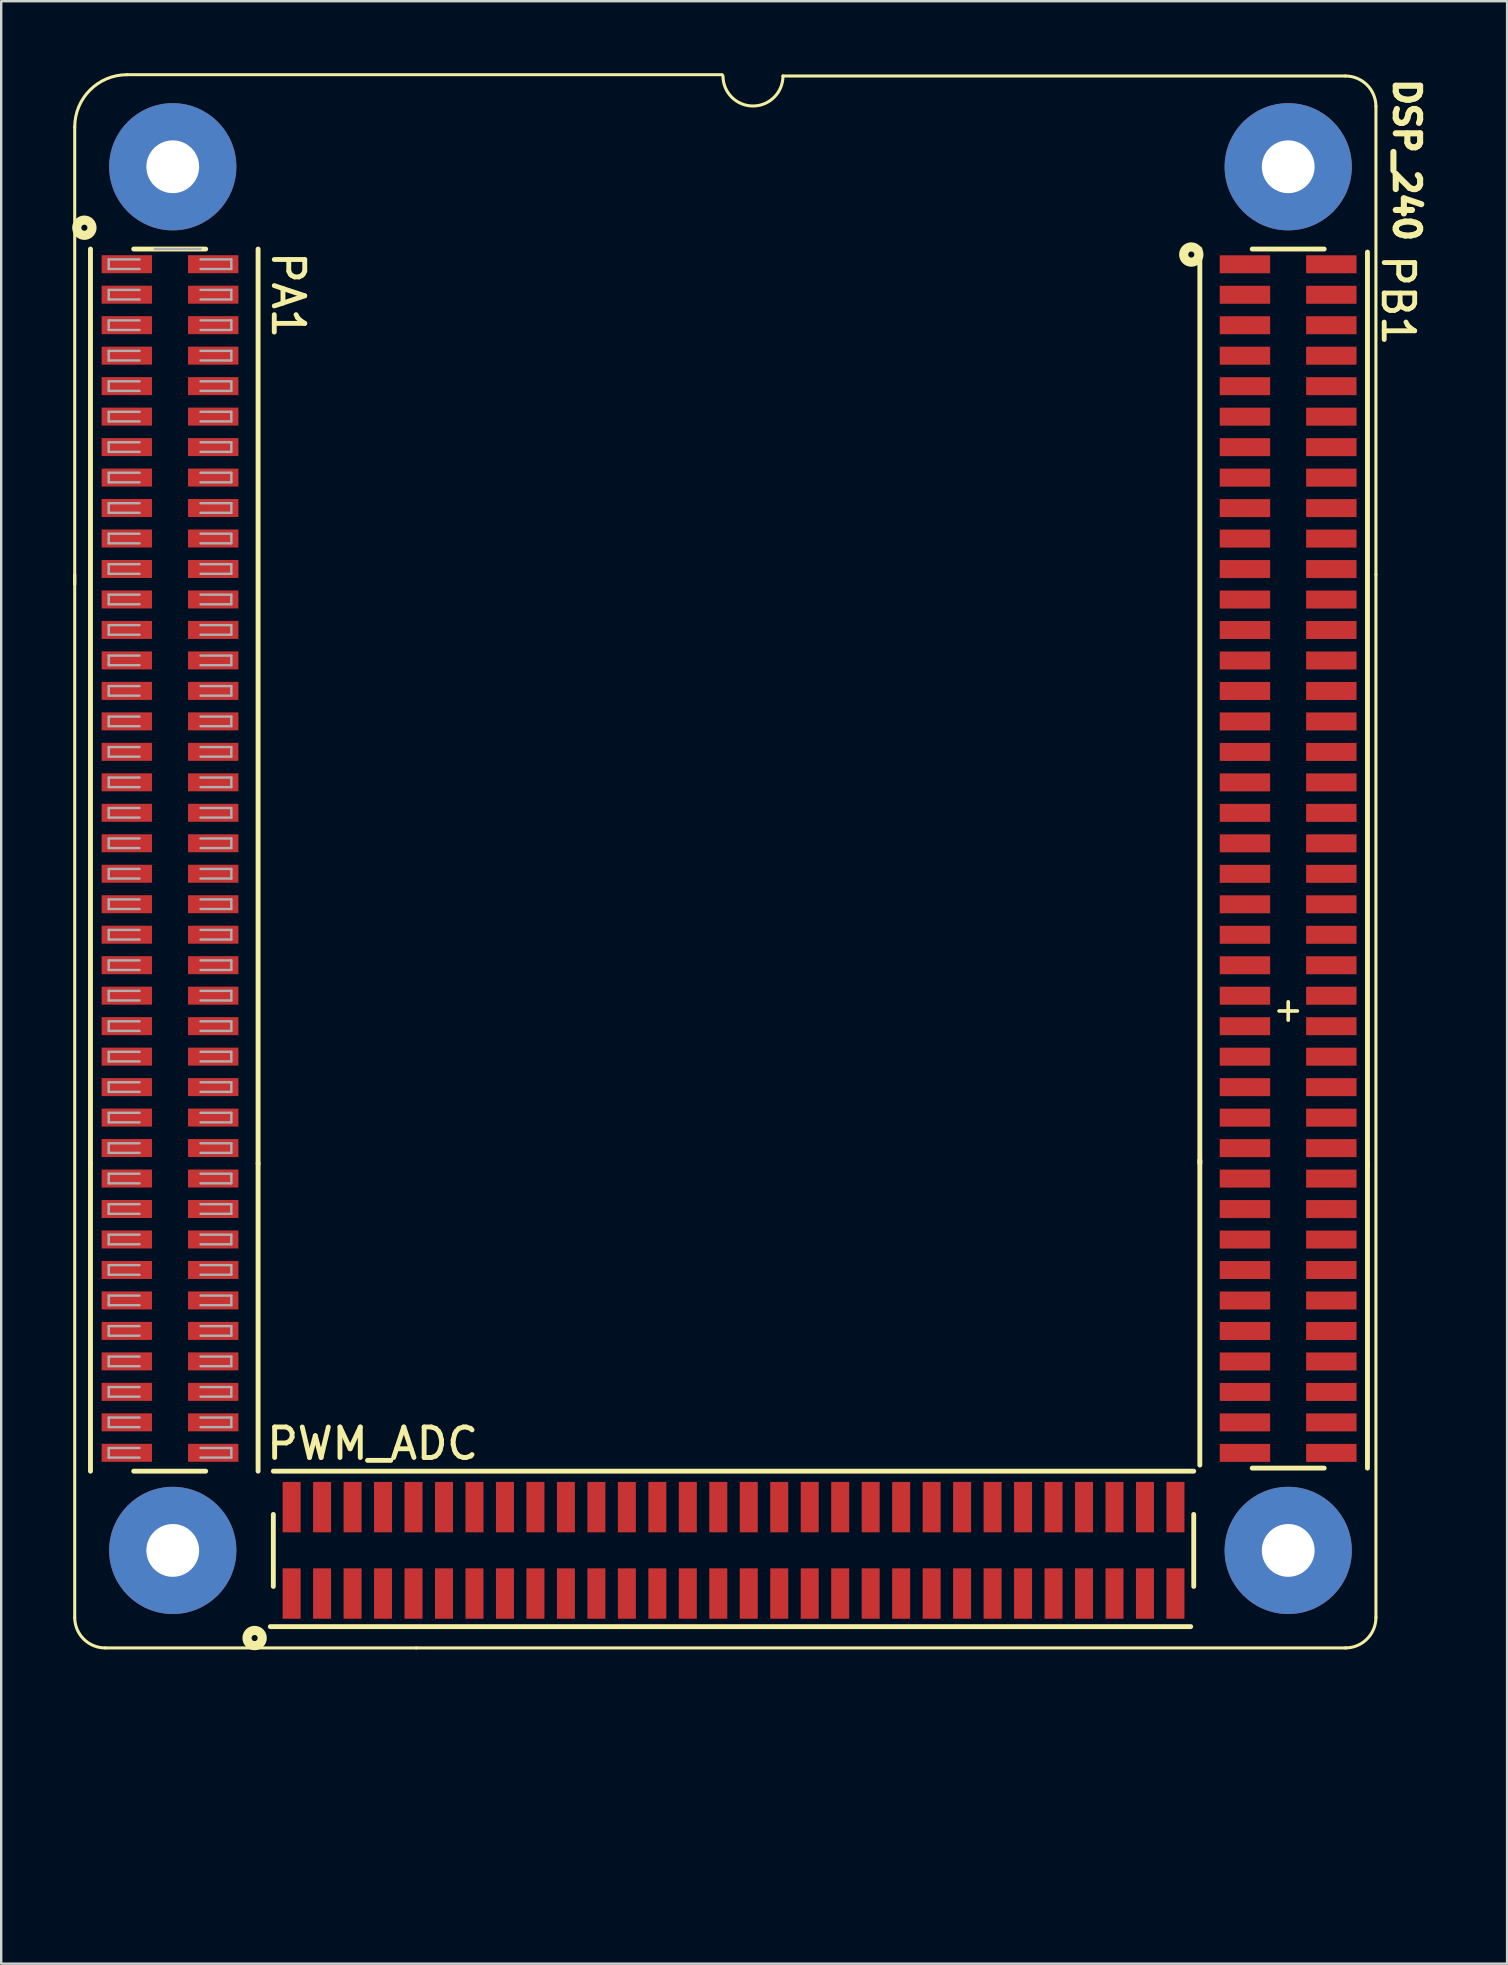
<source format=kicad_pcb>
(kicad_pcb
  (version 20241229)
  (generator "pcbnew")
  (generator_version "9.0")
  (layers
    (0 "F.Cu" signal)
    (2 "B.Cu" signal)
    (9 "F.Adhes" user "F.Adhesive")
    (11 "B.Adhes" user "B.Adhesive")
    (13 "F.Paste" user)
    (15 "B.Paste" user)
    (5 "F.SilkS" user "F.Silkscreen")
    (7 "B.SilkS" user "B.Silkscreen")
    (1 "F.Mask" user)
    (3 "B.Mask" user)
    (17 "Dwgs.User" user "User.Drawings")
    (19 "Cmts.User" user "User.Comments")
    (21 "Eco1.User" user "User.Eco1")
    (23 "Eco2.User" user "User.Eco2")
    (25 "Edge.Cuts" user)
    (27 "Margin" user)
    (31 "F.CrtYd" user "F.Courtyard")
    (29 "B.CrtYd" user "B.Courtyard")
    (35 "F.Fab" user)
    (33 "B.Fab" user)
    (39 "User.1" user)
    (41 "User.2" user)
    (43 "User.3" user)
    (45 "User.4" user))
  (footprint "DSP_240"
    (layer "F.Cu")
    (at 9.229 75.527)
    (property "Reference" "DSP_240" (at 45.745 -75.413 270) (unlocked yes) (layer "F.SilkS") (effects (font (size 1.016 1.016) (thickness 0.254)) (justify left bottom)))
    (fp_line (start -9.165 -73.287) (end -9.165 -54.229) (stroke (width 0.127) (type solid)) (layer "F.SilkS"))
    (fp_line (start -9.165 -54.638) (end -9.165 -11.176) (stroke (width 0.127) (type solid)) (layer "F.SilkS"))
    (fp_line (start -8.509 -68.199) (end -8.509 -30.099) (stroke (width 0.203) (type solid)) (layer "F.SilkS"))
    (fp_line (start -8.509 -30.099) (end -8.509 -17.272) (stroke (width 0.203) (type solid)) (layer "F.SilkS"))
    (fp_line (start -7.895 -9.906) (end 5.063 -9.906) (stroke (width 0.127) (type solid)) (layer "F.SilkS"))
    (fp_line (start -6.988 -75.464) (end 17.817 -75.464) (stroke (width 0.127) (type solid)) (layer "F.SilkS"))
    (fp_line (start -6.707 -68.199) (end -3.707 -68.199) (stroke (width 0.203) (type solid)) (layer "F.SilkS"))
    (fp_line (start -6.707 -17.272) (end -3.707 -17.272) (stroke (width 0.203) (type solid)) (layer "F.SilkS"))
    (fp_line (start -1.524 -68.199) (end -1.524 -30.099) (stroke (width 0.203) (type solid)) (layer "F.SilkS"))
    (fp_line (start -1.524 -30.099) (end -1.524 -17.272) (stroke (width 0.203) (type solid)) (layer "F.SilkS"))
    (fp_line (start -1.016 -10.795) (end 37.338 -10.795) (stroke (width 0.203) (type solid)) (layer "F.SilkS"))
    (fp_line (start -0.889 -17.272) (end 37.465 -17.272) (stroke (width 0.203) (type solid)) (layer "F.SilkS"))
    (fp_line (start -0.889 -15.47) (end -0.889 -12.47) (stroke (width 0.203) (type solid)) (layer "F.SilkS"))
    (fp_line (start 5.063 -9.906) (end 43.815 -9.906) (stroke (width 0.127) (type solid)) (layer "F.SilkS"))
    (fp_line (start 20.348 -75.41) (end 43.787 -75.41) (stroke (width 0.127) (type solid)) (layer "F.SilkS"))
    (fp_line (start 37.465 -15.47) (end 37.465 -12.47) (stroke (width 0.203) (type solid)) (layer "F.SilkS"))
    (fp_line (start 37.719 -68.199) (end 37.719 -30.099) (stroke (width 0.203) (type solid)) (layer "F.SilkS"))
    (fp_line (start 37.719 -30.226) (end 37.719 -17.526) (stroke (width 0.203) (type solid)) (layer "F.SilkS"))
    (fp_line (start 39.902 -68.199) (end 42.902 -68.199) (stroke (width 0.203) (type solid)) (layer "F.SilkS"))
    (fp_line (start 39.902 -17.399) (end 42.902 -17.399) (stroke (width 0.203) (type solid)) (layer "F.SilkS"))
    (fp_line (start 41.021 -36.449) (end 41.783 -36.449) (stroke (width 0.152) (type solid)) (layer "F.SilkS"))
    (fp_line (start 41.402 -36.83) (end 41.402 -36.449) (stroke (width 0.152) (type solid)) (layer "F.SilkS"))
    (fp_line (start 41.402 -36.449) (end 41.402 -36.068) (stroke (width 0.152) (type solid)) (layer "F.SilkS"))
    (fp_line (start 44.704 -68.072) (end 44.704 -29.972) (stroke (width 0.203) (type solid)) (layer "F.SilkS"))
    (fp_line (start 44.704 -30.099) (end 44.704 -17.399) (stroke (width 0.203) (type solid)) (layer "F.SilkS"))
    (fp_line (start 45.057 -74.14) (end 45.057 -54.638) (stroke (width 0.127) (type solid)) (layer "F.SilkS"))
    (fp_line (start 45.057 -54.638) (end 45.057 -11.176) (stroke (width 0.127) (type solid)) (layer "F.SilkS"))
    (fp_arc (start -9.165 -73.28661) (mid -8.52733 -74.82608) (end -6.98786 -75.46375) (stroke (width 0.127) (type solid)) (layer "F.SilkS"))
    (fp_arc (start -7.895 -9.906) (mid -8.793026 -10.277974) (end -9.165 -11.176) (stroke (width 0.127) (type solid)) (layer "F.SilkS"))
    (fp_arc (start 20.348 -75.41) (mid 19.098 -74.16) (end 17.848 -75.41) (stroke (width 0.127) (type solid)) (layer "F.SilkS"))
    (fp_arc (start 43.787 -75.41) (mid 44.685026 -75.038026) (end 45.057 -74.14) (stroke (width 0.127) (type solid)) (layer "F.SilkS"))
    (fp_arc (start 45.057 -11.176) (mid 44.685026 -10.277974) (end 43.787 -9.906) (stroke (width 0.127) (type solid)) (layer "F.SilkS"))
    (fp_circle (center -8.763 -69.088) (end -8.636 -69.088) (stroke (width 0.381) (type solid)) (fill no) (layer "F.SilkS"))
    (fp_circle (center -1.669 -10.319) (end -1.542 -10.319) (stroke (width 0.381) (type solid)) (fill no) (layer "F.SilkS"))
    (fp_circle (center 37.363 -67.97) (end 37.49 -67.97) (stroke (width 0.381) (type solid)) (fill no) (layer "F.SilkS"))
    (fp_line (start -7.749 -67.767) (end -7.749 -67.367) (stroke (width 0.1) (type solid)) (layer "F.Fab"))
    (fp_line (start -7.749 -67.367) (end -6.464 -67.367) (stroke (width 0.1) (type solid)) (layer "F.Fab"))
    (fp_line (start -7.749 -66.497) (end -7.749 -66.097) (stroke (width 0.1) (type solid)) (layer "F.Fab"))
    (fp_line (start -7.749 -66.097) (end -6.464 -66.097) (stroke (width 0.1) (type solid)) (layer "F.Fab"))
    (fp_line (start -7.749 -65.227) (end -7.749 -64.827) (stroke (width 0.1) (type solid)) (layer "F.Fab"))
    (fp_line (start -7.749 -64.827) (end -6.464 -64.827) (stroke (width 0.1) (type solid)) (layer "F.Fab"))
    (fp_line (start -7.749 -63.957) (end -7.749 -63.557) (stroke (width 0.1) (type solid)) (layer "F.Fab"))
    (fp_line (start -7.749 -63.557) (end -6.464 -63.557) (stroke (width 0.1) (type solid)) (layer "F.Fab"))
    (fp_line (start -7.749 -62.687) (end -7.749 -62.287) (stroke (width 0.1) (type solid)) (layer "F.Fab"))
    (fp_line (start -7.749 -62.287) (end -6.464 -62.287) (stroke (width 0.1) (type solid)) (layer "F.Fab"))
    (fp_line (start -7.749 -61.417) (end -7.749 -61.017) (stroke (width 0.1) (type solid)) (layer "F.Fab"))
    (fp_line (start -7.749 -61.017) (end -6.464 -61.017) (stroke (width 0.1) (type solid)) (layer "F.Fab"))
    (fp_line (start -7.749 -60.147) (end -7.749 -59.747) (stroke (width 0.1) (type solid)) (layer "F.Fab"))
    (fp_line (start -7.749 -59.747) (end -6.464 -59.747) (stroke (width 0.1) (type solid)) (layer "F.Fab"))
    (fp_line (start -7.749 -58.877) (end -7.749 -58.477) (stroke (width 0.1) (type solid)) (layer "F.Fab"))
    (fp_line (start -7.749 -58.477) (end -6.464 -58.477) (stroke (width 0.1) (type solid)) (layer "F.Fab"))
    (fp_line (start -7.749 -57.607) (end -7.749 -57.207) (stroke (width 0.1) (type solid)) (layer "F.Fab"))
    (fp_line (start -7.749 -57.207) (end -6.464 -57.207) (stroke (width 0.1) (type solid)) (layer "F.Fab"))
    (fp_line (start -7.749 -56.337) (end -7.749 -55.937) (stroke (width 0.1) (type solid)) (layer "F.Fab"))
    (fp_line (start -7.749 -55.937) (end -6.464 -55.937) (stroke (width 0.1) (type solid)) (layer "F.Fab"))
    (fp_line (start -7.749 -55.067) (end -7.749 -54.667) (stroke (width 0.1) (type solid)) (layer "F.Fab"))
    (fp_line (start -7.749 -54.667) (end -6.464 -54.667) (stroke (width 0.1) (type solid)) (layer "F.Fab"))
    (fp_line (start -7.749 -53.797) (end -7.749 -53.397) (stroke (width 0.1) (type solid)) (layer "F.Fab"))
    (fp_line (start -7.749 -53.397) (end -6.464 -53.397) (stroke (width 0.1) (type solid)) (layer "F.Fab"))
    (fp_line (start -7.749 -52.527) (end -7.749 -52.127) (stroke (width 0.1) (type solid)) (layer "F.Fab"))
    (fp_line (start -7.749 -52.127) (end -6.464 -52.127) (stroke (width 0.1) (type solid)) (layer "F.Fab"))
    (fp_line (start -7.749 -51.257) (end -7.749 -50.857) (stroke (width 0.1) (type solid)) (layer "F.Fab"))
    (fp_line (start -7.749 -50.857) (end -6.464 -50.857) (stroke (width 0.1) (type solid)) (layer "F.Fab"))
    (fp_line (start -7.749 -49.987) (end -7.749 -49.587) (stroke (width 0.1) (type solid)) (layer "F.Fab"))
    (fp_line (start -7.749 -49.587) (end -6.464 -49.587) (stroke (width 0.1) (type solid)) (layer "F.Fab"))
    (fp_line (start -7.749 -48.717) (end -7.749 -48.317) (stroke (width 0.1) (type solid)) (layer "F.Fab"))
    (fp_line (start -7.749 -48.317) (end -6.464 -48.317) (stroke (width 0.1) (type solid)) (layer "F.Fab"))
    (fp_line (start -7.749 -47.447) (end -7.749 -47.047) (stroke (width 0.1) (type solid)) (layer "F.Fab"))
    (fp_line (start -7.749 -47.047) (end -6.464 -47.047) (stroke (width 0.1) (type solid)) (layer "F.Fab"))
    (fp_line (start -7.749 -46.177) (end -7.749 -45.777) (stroke (width 0.1) (type solid)) (layer "F.Fab"))
    (fp_line (start -7.749 -45.777) (end -6.464 -45.777) (stroke (width 0.1) (type solid)) (layer "F.Fab"))
    (fp_line (start -7.749 -44.907) (end -7.749 -44.507) (stroke (width 0.1) (type solid)) (layer "F.Fab"))
    (fp_line (start -7.749 -44.507) (end -6.464 -44.507) (stroke (width 0.1) (type solid)) (layer "F.Fab"))
    (fp_line (start -7.749 -43.637) (end -7.749 -43.237) (stroke (width 0.1) (type solid)) (layer "F.Fab"))
    (fp_line (start -7.749 -43.237) (end -6.464 -43.237) (stroke (width 0.1) (type solid)) (layer "F.Fab"))
    (fp_line (start -7.749 -42.367) (end -7.749 -41.967) (stroke (width 0.1) (type solid)) (layer "F.Fab"))
    (fp_line (start -7.749 -41.967) (end -6.464 -41.967) (stroke (width 0.1) (type solid)) (layer "F.Fab"))
    (fp_line (start -7.749 -41.097) (end -7.749 -40.697) (stroke (width 0.1) (type solid)) (layer "F.Fab"))
    (fp_line (start -7.749 -40.697) (end -6.464 -40.697) (stroke (width 0.1) (type solid)) (layer "F.Fab"))
    (fp_line (start -7.749 -39.827) (end -7.749 -39.427) (stroke (width 0.1) (type solid)) (layer "F.Fab"))
    (fp_line (start -7.749 -39.427) (end -6.464 -39.427) (stroke (width 0.1) (type solid)) (layer "F.Fab"))
    (fp_line (start -7.749 -38.557) (end -7.749 -38.157) (stroke (width 0.1) (type solid)) (layer "F.Fab"))
    (fp_line (start -7.749 -38.157) (end -6.464 -38.157) (stroke (width 0.1) (type solid)) (layer "F.Fab"))
    (fp_line (start -7.749 -37.287) (end -7.749 -36.887) (stroke (width 0.1) (type solid)) (layer "F.Fab"))
    (fp_line (start -7.749 -36.887) (end -6.464 -36.887) (stroke (width 0.1) (type solid)) (layer "F.Fab"))
    (fp_line (start -7.749 -36.017) (end -7.749 -35.617) (stroke (width 0.1) (type solid)) (layer "F.Fab"))
    (fp_line (start -7.749 -35.617) (end -6.464 -35.617) (stroke (width 0.1) (type solid)) (layer "F.Fab"))
    (fp_line (start -7.749 -34.747) (end -7.749 -34.347) (stroke (width 0.1) (type solid)) (layer "F.Fab"))
    (fp_line (start -7.749 -34.347) (end -6.464 -34.347) (stroke (width 0.1) (type solid)) (layer "F.Fab"))
    (fp_line (start -7.749 -33.477) (end -7.749 -33.077) (stroke (width 0.1) (type solid)) (layer "F.Fab"))
    (fp_line (start -7.749 -33.077) (end -6.464 -33.077) (stroke (width 0.1) (type solid)) (layer "F.Fab"))
    (fp_line (start -7.749 -32.207) (end -7.749 -31.807) (stroke (width 0.1) (type solid)) (layer "F.Fab"))
    (fp_line (start -7.749 -31.807) (end -6.464 -31.807) (stroke (width 0.1) (type solid)) (layer "F.Fab"))
    (fp_line (start -7.749 -30.937) (end -7.749 -30.537) (stroke (width 0.1) (type solid)) (layer "F.Fab"))
    (fp_line (start -7.749 -30.537) (end -6.464 -30.537) (stroke (width 0.1) (type solid)) (layer "F.Fab"))
    (fp_line (start -7.749 -29.667) (end -7.749 -29.267) (stroke (width 0.1) (type solid)) (layer "F.Fab"))
    (fp_line (start -7.749 -29.267) (end -6.464 -29.267) (stroke (width 0.1) (type solid)) (layer "F.Fab"))
    (fp_line (start -7.749 -28.397) (end -7.749 -27.997) (stroke (width 0.1) (type solid)) (layer "F.Fab"))
    (fp_line (start -7.749 -27.997) (end -6.464 -27.997) (stroke (width 0.1) (type solid)) (layer "F.Fab"))
    (fp_line (start -7.749 -27.127) (end -7.749 -26.727) (stroke (width 0.1) (type solid)) (layer "F.Fab"))
    (fp_line (start -7.749 -26.727) (end -6.464 -26.727) (stroke (width 0.1) (type solid)) (layer "F.Fab"))
    (fp_line (start -7.749 -25.857) (end -7.749 -25.457) (stroke (width 0.1) (type solid)) (layer "F.Fab"))
    (fp_line (start -7.749 -25.457) (end -6.464 -25.457) (stroke (width 0.1) (type solid)) (layer "F.Fab"))
    (fp_line (start -7.749 -24.587) (end -7.749 -24.187) (stroke (width 0.1) (type solid)) (layer "F.Fab"))
    (fp_line (start -7.749 -24.187) (end -6.464 -24.187) (stroke (width 0.1) (type solid)) (layer "F.Fab"))
    (fp_line (start -7.749 -23.317) (end -7.749 -22.917) (stroke (width 0.1) (type solid)) (layer "F.Fab"))
    (fp_line (start -7.749 -22.917) (end -6.464 -22.917) (stroke (width 0.1) (type solid)) (layer "F.Fab"))
    (fp_line (start -7.749 -22.047) (end -7.749 -21.647) (stroke (width 0.1) (type solid)) (layer "F.Fab"))
    (fp_line (start -7.749 -21.647) (end -6.464 -21.647) (stroke (width 0.1) (type solid)) (layer "F.Fab"))
    (fp_line (start -7.749 -20.777) (end -7.749 -20.377) (stroke (width 0.1) (type solid)) (layer "F.Fab"))
    (fp_line (start -7.749 -20.377) (end -6.464 -20.377) (stroke (width 0.1) (type solid)) (layer "F.Fab"))
    (fp_line (start -7.749 -19.507) (end -7.749 -19.107) (stroke (width 0.1) (type solid)) (layer "F.Fab"))
    (fp_line (start -7.749 -19.107) (end -6.464 -19.107) (stroke (width 0.1) (type solid)) (layer "F.Fab"))
    (fp_line (start -7.749 -18.237) (end -7.749 -17.837) (stroke (width 0.1) (type solid)) (layer "F.Fab"))
    (fp_line (start -7.749 -17.837) (end -6.464 -17.837) (stroke (width 0.1) (type solid)) (layer "F.Fab"))
    (fp_line (start -6.464 -67.767) (end -7.749 -67.767) (stroke (width 0.1) (type solid)) (layer "F.Fab"))
    (fp_line (start -6.464 -66.497) (end -7.749 -66.497) (stroke (width 0.1) (type solid)) (layer "F.Fab"))
    (fp_line (start -6.464 -65.227) (end -7.749 -65.227) (stroke (width 0.1) (type solid)) (layer "F.Fab"))
    (fp_line (start -6.464 -63.957) (end -7.749 -63.957) (stroke (width 0.1) (type solid)) (layer "F.Fab"))
    (fp_line (start -6.464 -62.687) (end -7.749 -62.687) (stroke (width 0.1) (type solid)) (layer "F.Fab"))
    (fp_line (start -6.464 -61.417) (end -7.749 -61.417) (stroke (width 0.1) (type solid)) (layer "F.Fab"))
    (fp_line (start -6.464 -60.147) (end -7.749 -60.147) (stroke (width 0.1) (type solid)) (layer "F.Fab"))
    (fp_line (start -6.464 -58.877) (end -7.749 -58.877) (stroke (width 0.1) (type solid)) (layer "F.Fab"))
    (fp_line (start -6.464 -57.607) (end -7.749 -57.607) (stroke (width 0.1) (type solid)) (layer "F.Fab"))
    (fp_line (start -6.464 -56.337) (end -7.749 -56.337) (stroke (width 0.1) (type solid)) (layer "F.Fab"))
    (fp_line (start -6.464 -55.067) (end -7.749 -55.067) (stroke (width 0.1) (type solid)) (layer "F.Fab"))
    (fp_line (start -6.464 -53.797) (end -7.749 -53.797) (stroke (width 0.1) (type solid)) (layer "F.Fab"))
    (fp_line (start -6.464 -52.527) (end -7.749 -52.527) (stroke (width 0.1) (type solid)) (layer "F.Fab"))
    (fp_line (start -6.464 -51.257) (end -7.749 -51.257) (stroke (width 0.1) (type solid)) (layer "F.Fab"))
    (fp_line (start -6.464 -49.987) (end -7.749 -49.987) (stroke (width 0.1) (type solid)) (layer "F.Fab"))
    (fp_line (start -6.464 -48.717) (end -7.749 -48.717) (stroke (width 0.1) (type solid)) (layer "F.Fab"))
    (fp_line (start -6.464 -47.447) (end -7.749 -47.447) (stroke (width 0.1) (type solid)) (layer "F.Fab"))
    (fp_line (start -6.464 -46.177) (end -7.749 -46.177) (stroke (width 0.1) (type solid)) (layer "F.Fab"))
    (fp_line (start -6.464 -44.907) (end -7.749 -44.907) (stroke (width 0.1) (type solid)) (layer "F.Fab"))
    (fp_line (start -6.464 -43.637) (end -7.749 -43.637) (stroke (width 0.1) (type solid)) (layer "F.Fab"))
    (fp_line (start -6.464 -42.367) (end -7.749 -42.367) (stroke (width 0.1) (type solid)) (layer "F.Fab"))
    (fp_line (start -6.464 -41.097) (end -7.749 -41.097) (stroke (width 0.1) (type solid)) (layer "F.Fab"))
    (fp_line (start -6.464 -39.827) (end -7.749 -39.827) (stroke (width 0.1) (type solid)) (layer "F.Fab"))
    (fp_line (start -6.464 -38.557) (end -7.749 -38.557) (stroke (width 0.1) (type solid)) (layer "F.Fab"))
    (fp_line (start -6.464 -37.287) (end -7.749 -37.287) (stroke (width 0.1) (type solid)) (layer "F.Fab"))
    (fp_line (start -6.464 -36.017) (end -7.749 -36.017) (stroke (width 0.1) (type solid)) (layer "F.Fab"))
    (fp_line (start -6.464 -34.747) (end -7.749 -34.747) (stroke (width 0.1) (type solid)) (layer "F.Fab"))
    (fp_line (start -6.464 -33.477) (end -7.749 -33.477) (stroke (width 0.1) (type solid)) (layer "F.Fab"))
    (fp_line (start -6.464 -32.207) (end -7.749 -32.207) (stroke (width 0.1) (type solid)) (layer "F.Fab"))
    (fp_line (start -6.464 -30.937) (end -7.749 -30.937) (stroke (width 0.1) (type solid)) (layer "F.Fab"))
    (fp_line (start -6.464 -29.667) (end -7.749 -29.667) (stroke (width 0.1) (type solid)) (layer "F.Fab"))
    (fp_line (start -6.464 -28.397) (end -7.749 -28.397) (stroke (width 0.1) (type solid)) (layer "F.Fab"))
    (fp_line (start -6.464 -27.127) (end -7.749 -27.127) (stroke (width 0.1) (type solid)) (layer "F.Fab"))
    (fp_line (start -6.464 -25.857) (end -7.749 -25.857) (stroke (width 0.1) (type solid)) (layer "F.Fab"))
    (fp_line (start -6.464 -24.587) (end -7.749 -24.587) (stroke (width 0.1) (type solid)) (layer "F.Fab"))
    (fp_line (start -6.464 -23.317) (end -7.749 -23.317) (stroke (width 0.1) (type solid)) (layer "F.Fab"))
    (fp_line (start -6.464 -22.047) (end -7.749 -22.047) (stroke (width 0.1) (type solid)) (layer "F.Fab"))
    (fp_line (start -6.464 -20.777) (end -7.749 -20.777) (stroke (width 0.1) (type solid)) (layer "F.Fab"))
    (fp_line (start -6.464 -19.507) (end -7.749 -19.507) (stroke (width 0.1) (type solid)) (layer "F.Fab"))
    (fp_line (start -6.464 -18.237) (end -7.749 -18.237) (stroke (width 0.1) (type solid)) (layer "F.Fab"))
    (fp_line (start -3.924 -68.202) (end -5.829 -68.202) (stroke (width 0.1) (type solid)) (layer "F.Fab"))
    (fp_line (start -3.924 -67.367) (end -2.639 -67.367) (stroke (width 0.1) (type solid)) (layer "F.Fab"))
    (fp_line (start -3.924 -66.097) (end -2.639 -66.097) (stroke (width 0.1) (type solid)) (layer "F.Fab"))
    (fp_line (start -3.924 -64.827) (end -2.639 -64.827) (stroke (width 0.1) (type solid)) (layer "F.Fab"))
    (fp_line (start -3.924 -63.557) (end -2.639 -63.557) (stroke (width 0.1) (type solid)) (layer "F.Fab"))
    (fp_line (start -3.924 -62.287) (end -2.639 -62.287) (stroke (width 0.1) (type solid)) (layer "F.Fab"))
    (fp_line (start -3.924 -61.017) (end -2.639 -61.017) (stroke (width 0.1) (type solid)) (layer "F.Fab"))
    (fp_line (start -3.924 -59.747) (end -2.639 -59.747) (stroke (width 0.1) (type solid)) (layer "F.Fab"))
    (fp_line (start -3.924 -58.477) (end -2.639 -58.477) (stroke (width 0.1) (type solid)) (layer "F.Fab"))
    (fp_line (start -3.924 -57.207) (end -2.639 -57.207) (stroke (width 0.1) (type solid)) (layer "F.Fab"))
    (fp_line (start -3.924 -55.937) (end -2.639 -55.937) (stroke (width 0.1) (type solid)) (layer "F.Fab"))
    (fp_line (start -3.924 -54.667) (end -2.639 -54.667) (stroke (width 0.1) (type solid)) (layer "F.Fab"))
    (fp_line (start -3.924 -53.397) (end -2.639 -53.397) (stroke (width 0.1) (type solid)) (layer "F.Fab"))
    (fp_line (start -3.924 -52.127) (end -2.639 -52.127) (stroke (width 0.1) (type solid)) (layer "F.Fab"))
    (fp_line (start -3.924 -50.857) (end -2.639 -50.857) (stroke (width 0.1) (type solid)) (layer "F.Fab"))
    (fp_line (start -3.924 -49.587) (end -2.639 -49.587) (stroke (width 0.1) (type solid)) (layer "F.Fab"))
    (fp_line (start -3.924 -48.317) (end -2.639 -48.317) (stroke (width 0.1) (type solid)) (layer "F.Fab"))
    (fp_line (start -3.924 -47.047) (end -2.639 -47.047) (stroke (width 0.1) (type solid)) (layer "F.Fab"))
    (fp_line (start -3.924 -45.777) (end -2.639 -45.777) (stroke (width 0.1) (type solid)) (layer "F.Fab"))
    (fp_line (start -3.924 -44.507) (end -2.639 -44.507) (stroke (width 0.1) (type solid)) (layer "F.Fab"))
    (fp_line (start -3.924 -43.237) (end -2.639 -43.237) (stroke (width 0.1) (type solid)) (layer "F.Fab"))
    (fp_line (start -3.924 -41.967) (end -2.639 -41.967) (stroke (width 0.1) (type solid)) (layer "F.Fab"))
    (fp_line (start -3.924 -40.697) (end -2.639 -40.697) (stroke (width 0.1) (type solid)) (layer "F.Fab"))
    (fp_line (start -3.924 -39.427) (end -2.639 -39.427) (stroke (width 0.1) (type solid)) (layer "F.Fab"))
    (fp_line (start -3.924 -38.157) (end -2.639 -38.157) (stroke (width 0.1) (type solid)) (layer "F.Fab"))
    (fp_line (start -3.924 -36.887) (end -2.639 -36.887) (stroke (width 0.1) (type solid)) (layer "F.Fab"))
    (fp_line (start -3.924 -35.617) (end -2.639 -35.617) (stroke (width 0.1) (type solid)) (layer "F.Fab"))
    (fp_line (start -3.924 -34.347) (end -2.639 -34.347) (stroke (width 0.1) (type solid)) (layer "F.Fab"))
    (fp_line (start -3.924 -33.077) (end -2.639 -33.077) (stroke (width 0.1) (type solid)) (layer "F.Fab"))
    (fp_line (start -3.924 -31.807) (end -2.639 -31.807) (stroke (width 0.1) (type solid)) (layer "F.Fab"))
    (fp_line (start -3.924 -30.537) (end -2.639 -30.537) (stroke (width 0.1) (type solid)) (layer "F.Fab"))
    (fp_line (start -3.924 -29.267) (end -2.639 -29.267) (stroke (width 0.1) (type solid)) (layer "F.Fab"))
    (fp_line (start -3.924 -27.997) (end -2.639 -27.997) (stroke (width 0.1) (type solid)) (layer "F.Fab"))
    (fp_line (start -3.924 -26.727) (end -2.639 -26.727) (stroke (width 0.1) (type solid)) (layer "F.Fab"))
    (fp_line (start -3.924 -25.457) (end -2.639 -25.457) (stroke (width 0.1) (type solid)) (layer "F.Fab"))
    (fp_line (start -3.924 -24.187) (end -2.639 -24.187) (stroke (width 0.1) (type solid)) (layer "F.Fab"))
    (fp_line (start -3.924 -22.917) (end -2.639 -22.917) (stroke (width 0.1) (type solid)) (layer "F.Fab"))
    (fp_line (start -3.924 -21.647) (end -2.639 -21.647) (stroke (width 0.1) (type solid)) (layer "F.Fab"))
    (fp_line (start -3.924 -20.377) (end -2.639 -20.377) (stroke (width 0.1) (type solid)) (layer "F.Fab"))
    (fp_line (start -3.924 -19.107) (end -2.639 -19.107) (stroke (width 0.1) (type solid)) (layer "F.Fab"))
    (fp_line (start -3.924 -17.837) (end -2.639 -17.837) (stroke (width 0.1) (type solid)) (layer "F.Fab"))
    (fp_line (start -2.639 -67.767) (end -3.924 -67.767) (stroke (width 0.1) (type solid)) (layer "F.Fab"))
    (fp_line (start -2.639 -67.367) (end -2.639 -67.767) (stroke (width 0.1) (type solid)) (layer "F.Fab"))
    (fp_line (start -2.639 -66.497) (end -3.924 -66.497) (stroke (width 0.1) (type solid)) (layer "F.Fab"))
    (fp_line (start -2.639 -66.097) (end -2.639 -66.497) (stroke (width 0.1) (type solid)) (layer "F.Fab"))
    (fp_line (start -2.639 -65.227) (end -3.924 -65.227) (stroke (width 0.1) (type solid)) (layer "F.Fab"))
    (fp_line (start -2.639 -64.827) (end -2.639 -65.227) (stroke (width 0.1) (type solid)) (layer "F.Fab"))
    (fp_line (start -2.639 -63.957) (end -3.924 -63.957) (stroke (width 0.1) (type solid)) (layer "F.Fab"))
    (fp_line (start -2.639 -63.557) (end -2.639 -63.957) (stroke (width 0.1) (type solid)) (layer "F.Fab"))
    (fp_line (start -2.639 -62.687) (end -3.924 -62.687) (stroke (width 0.1) (type solid)) (layer "F.Fab"))
    (fp_line (start -2.639 -62.287) (end -2.639 -62.687) (stroke (width 0.1) (type solid)) (layer "F.Fab"))
    (fp_line (start -2.639 -61.417) (end -3.924 -61.417) (stroke (width 0.1) (type solid)) (layer "F.Fab"))
    (fp_line (start -2.639 -61.017) (end -2.639 -61.417) (stroke (width 0.1) (type solid)) (layer "F.Fab"))
    (fp_line (start -2.639 -60.147) (end -3.924 -60.147) (stroke (width 0.1) (type solid)) (layer "F.Fab"))
    (fp_line (start -2.639 -59.747) (end -2.639 -60.147) (stroke (width 0.1) (type solid)) (layer "F.Fab"))
    (fp_line (start -2.639 -58.877) (end -3.924 -58.877) (stroke (width 0.1) (type solid)) (layer "F.Fab"))
    (fp_line (start -2.639 -58.477) (end -2.639 -58.877) (stroke (width 0.1) (type solid)) (layer "F.Fab"))
    (fp_line (start -2.639 -57.607) (end -3.924 -57.607) (stroke (width 0.1) (type solid)) (layer "F.Fab"))
    (fp_line (start -2.639 -57.207) (end -2.639 -57.607) (stroke (width 0.1) (type solid)) (layer "F.Fab"))
    (fp_line (start -2.639 -56.337) (end -3.924 -56.337) (stroke (width 0.1) (type solid)) (layer "F.Fab"))
    (fp_line (start -2.639 -55.937) (end -2.639 -56.337) (stroke (width 0.1) (type solid)) (layer "F.Fab"))
    (fp_line (start -2.639 -55.067) (end -3.924 -55.067) (stroke (width 0.1) (type solid)) (layer "F.Fab"))
    (fp_line (start -2.639 -54.667) (end -2.639 -55.067) (stroke (width 0.1) (type solid)) (layer "F.Fab"))
    (fp_line (start -2.639 -53.797) (end -3.924 -53.797) (stroke (width 0.1) (type solid)) (layer "F.Fab"))
    (fp_line (start -2.639 -53.397) (end -2.639 -53.797) (stroke (width 0.1) (type solid)) (layer "F.Fab"))
    (fp_line (start -2.639 -52.527) (end -3.924 -52.527) (stroke (width 0.1) (type solid)) (layer "F.Fab"))
    (fp_line (start -2.639 -52.127) (end -2.639 -52.527) (stroke (width 0.1) (type solid)) (layer "F.Fab"))
    (fp_line (start -2.639 -51.257) (end -3.924 -51.257) (stroke (width 0.1) (type solid)) (layer "F.Fab"))
    (fp_line (start -2.639 -50.857) (end -2.639 -51.257) (stroke (width 0.1) (type solid)) (layer "F.Fab"))
    (fp_line (start -2.639 -49.987) (end -3.924 -49.987) (stroke (width 0.1) (type solid)) (layer "F.Fab"))
    (fp_line (start -2.639 -49.587) (end -2.639 -49.987) (stroke (width 0.1) (type solid)) (layer "F.Fab"))
    (fp_line (start -2.639 -48.717) (end -3.924 -48.717) (stroke (width 0.1) (type solid)) (layer "F.Fab"))
    (fp_line (start -2.639 -48.317) (end -2.639 -48.717) (stroke (width 0.1) (type solid)) (layer "F.Fab"))
    (fp_line (start -2.639 -47.447) (end -3.924 -47.447) (stroke (width 0.1) (type solid)) (layer "F.Fab"))
    (fp_line (start -2.639 -47.047) (end -2.639 -47.447) (stroke (width 0.1) (type solid)) (layer "F.Fab"))
    (fp_line (start -2.639 -46.177) (end -3.924 -46.177) (stroke (width 0.1) (type solid)) (layer "F.Fab"))
    (fp_line (start -2.639 -45.777) (end -2.639 -46.177) (stroke (width 0.1) (type solid)) (layer "F.Fab"))
    (fp_line (start -2.639 -44.907) (end -3.924 -44.907) (stroke (width 0.1) (type solid)) (layer "F.Fab"))
    (fp_line (start -2.639 -44.507) (end -2.639 -44.907) (stroke (width 0.1) (type solid)) (layer "F.Fab"))
    (fp_line (start -2.639 -43.637) (end -3.924 -43.637) (stroke (width 0.1) (type solid)) (layer "F.Fab"))
    (fp_line (start -2.639 -43.237) (end -2.639 -43.637) (stroke (width 0.1) (type solid)) (layer "F.Fab"))
    (fp_line (start -2.639 -42.367) (end -3.924 -42.367) (stroke (width 0.1) (type solid)) (layer "F.Fab"))
    (fp_line (start -2.639 -41.967) (end -2.639 -42.367) (stroke (width 0.1) (type solid)) (layer "F.Fab"))
    (fp_line (start -2.639 -41.097) (end -3.924 -41.097) (stroke (width 0.1) (type solid)) (layer "F.Fab"))
    (fp_line (start -2.639 -40.697) (end -2.639 -41.097) (stroke (width 0.1) (type solid)) (layer "F.Fab"))
    (fp_line (start -2.639 -39.827) (end -3.924 -39.827) (stroke (width 0.1) (type solid)) (layer "F.Fab"))
    (fp_line (start -2.639 -39.427) (end -2.639 -39.827) (stroke (width 0.1) (type solid)) (layer "F.Fab"))
    (fp_line (start -2.639 -38.557) (end -3.924 -38.557) (stroke (width 0.1) (type solid)) (layer "F.Fab"))
    (fp_line (start -2.639 -38.157) (end -2.639 -38.557) (stroke (width 0.1) (type solid)) (layer "F.Fab"))
    (fp_line (start -2.639 -37.287) (end -3.924 -37.287) (stroke (width 0.1) (type solid)) (layer "F.Fab"))
    (fp_line (start -2.639 -36.887) (end -2.639 -37.287) (stroke (width 0.1) (type solid)) (layer "F.Fab"))
    (fp_line (start -2.639 -36.017) (end -3.924 -36.017) (stroke (width 0.1) (type solid)) (layer "F.Fab"))
    (fp_line (start -2.639 -35.617) (end -2.639 -36.017) (stroke (width 0.1) (type solid)) (layer "F.Fab"))
    (fp_line (start -2.639 -34.747) (end -3.924 -34.747) (stroke (width 0.1) (type solid)) (layer "F.Fab"))
    (fp_line (start -2.639 -34.347) (end -2.639 -34.747) (stroke (width 0.1) (type solid)) (layer "F.Fab"))
    (fp_line (start -2.639 -33.477) (end -3.924 -33.477) (stroke (width 0.1) (type solid)) (layer "F.Fab"))
    (fp_line (start -2.639 -33.077) (end -2.639 -33.477) (stroke (width 0.1) (type solid)) (layer "F.Fab"))
    (fp_line (start -2.639 -32.207) (end -3.924 -32.207) (stroke (width 0.1) (type solid)) (layer "F.Fab"))
    (fp_line (start -2.639 -31.807) (end -2.639 -32.207) (stroke (width 0.1) (type solid)) (layer "F.Fab"))
    (fp_line (start -2.639 -30.937) (end -3.924 -30.937) (stroke (width 0.1) (type solid)) (layer "F.Fab"))
    (fp_line (start -2.639 -30.537) (end -2.639 -30.937) (stroke (width 0.1) (type solid)) (layer "F.Fab"))
    (fp_line (start -2.639 -29.667) (end -3.924 -29.667) (stroke (width 0.1) (type solid)) (layer "F.Fab"))
    (fp_line (start -2.639 -29.267) (end -2.639 -29.667) (stroke (width 0.1) (type solid)) (layer "F.Fab"))
    (fp_line (start -2.639 -28.397) (end -3.924 -28.397) (stroke (width 0.1) (type solid)) (layer "F.Fab"))
    (fp_line (start -2.639 -27.997) (end -2.639 -28.397) (stroke (width 0.1) (type solid)) (layer "F.Fab"))
    (fp_line (start -2.639 -27.127) (end -3.924 -27.127) (stroke (width 0.1) (type solid)) (layer "F.Fab"))
    (fp_line (start -2.639 -26.727) (end -2.639 -27.127) (stroke (width 0.1) (type solid)) (layer "F.Fab"))
    (fp_line (start -2.639 -25.857) (end -3.924 -25.857) (stroke (width 0.1) (type solid)) (layer "F.Fab"))
    (fp_line (start -2.639 -25.457) (end -2.639 -25.857) (stroke (width 0.1) (type solid)) (layer "F.Fab"))
    (fp_line (start -2.639 -24.587) (end -3.924 -24.587) (stroke (width 0.1) (type solid)) (layer "F.Fab"))
    (fp_line (start -2.639 -24.187) (end -2.639 -24.587) (stroke (width 0.1) (type solid)) (layer "F.Fab"))
    (fp_line (start -2.639 -23.317) (end -3.924 -23.317) (stroke (width 0.1) (type solid)) (layer "F.Fab"))
    (fp_line (start -2.639 -22.917) (end -2.639 -23.317) (stroke (width 0.1) (type solid)) (layer "F.Fab"))
    (fp_line (start -2.639 -22.047) (end -3.924 -22.047) (stroke (width 0.1) (type solid)) (layer "F.Fab"))
    (fp_line (start -2.639 -21.647) (end -2.639 -22.047) (stroke (width 0.1) (type solid)) (layer "F.Fab"))
    (fp_line (start -2.639 -20.777) (end -3.924 -20.777) (stroke (width 0.1) (type solid)) (layer "F.Fab"))
    (fp_line (start -2.639 -20.377) (end -2.639 -20.777) (stroke (width 0.1) (type solid)) (layer "F.Fab"))
    (fp_line (start -2.639 -19.507) (end -3.924 -19.507) (stroke (width 0.1) (type solid)) (layer "F.Fab"))
    (fp_line (start -2.639 -19.107) (end -2.639 -19.507) (stroke (width 0.1) (type solid)) (layer "F.Fab"))
    (fp_line (start -2.639 -18.237) (end -3.924 -18.237) (stroke (width 0.1) (type solid)) (layer "F.Fab"))
    (fp_line (start -2.639 -17.837) (end -2.639 -18.237) (stroke (width 0.1) (type solid)) (layer "F.Fab"))
    (fp_text user "PB1" (at 45.236 -68.072 270) (unlocked yes) (layer "F.SilkS") (effects (font (size 1.27 1.27) (thickness 0.203)) (justify left bottom)))
    (fp_text user "PWM_ADC" (at -1.27 -17.677 0) (unlocked yes) (layer "F.SilkS") (effects (font (size 1.27 1.27) (thickness 0.203)) (justify left bottom)))
    (fp_text user "PA1" (at -1.016 -68.199 270) (unlocked yes) (layer "F.SilkS") (effects (font (size 1.27 1.27) (thickness 0.203)) (justify left bottom)))
    (pad "1" smd rect (at -6.994 -67.567) (size 2.1 0.75) (layers "F.Cu" "F.Mask" "F.Paste"))
    (pad "2" smd rect (at -3.394 -67.567) (size 2.1 0.75) (layers "F.Cu" "F.Mask" "F.Paste"))
    (pad "3" smd rect (at -6.994 -66.297) (size 2.1 0.75) (layers "F.Cu" "F.Mask" "F.Paste"))
    (pad "4" smd rect (at -3.394 -66.297) (size 2.1 0.75) (layers "F.Cu" "F.Mask" "F.Paste"))
    (pad "5" smd rect (at -6.994 -65.027) (size 2.1 0.75) (layers "F.Cu" "F.Mask" "F.Paste"))
    (pad "6" smd rect (at -3.394 -65.027) (size 2.1 0.75) (layers "F.Cu" "F.Mask" "F.Paste"))
    (pad "7" smd rect (at -6.994 -63.757) (size 2.1 0.75) (layers "F.Cu" "F.Mask" "F.Paste"))
    (pad "8" smd rect (at -3.394 -63.757) (size 2.1 0.75) (layers "F.Cu" "F.Mask" "F.Paste"))
    (pad "9" smd rect (at -6.994 -62.487) (size 2.1 0.75) (layers "F.Cu" "F.Mask" "F.Paste"))
    (pad "10" smd rect (at -3.394 -62.487) (size 2.1 0.75) (layers "F.Cu" "F.Mask" "F.Paste"))
    (pad "11" smd rect (at -6.994 -61.217) (size 2.1 0.75) (layers "F.Cu" "F.Mask" "F.Paste"))
    (pad "12" smd rect (at -3.394 -61.217) (size 2.1 0.75) (layers "F.Cu" "F.Mask" "F.Paste"))
    (pad "13" smd rect (at -6.994 -59.947) (size 2.1 0.75) (layers "F.Cu" "F.Mask" "F.Paste"))
    (pad "14" smd rect (at -3.394 -59.947) (size 2.1 0.75) (layers "F.Cu" "F.Mask" "F.Paste"))
    (pad "15" smd rect (at -6.994 -58.677) (size 2.1 0.75) (layers "F.Cu" "F.Mask" "F.Paste"))
    (pad "16" smd rect (at -3.394 -58.677) (size 2.1 0.75) (layers "F.Cu" "F.Mask" "F.Paste"))
    (pad "17" smd rect (at -6.994 -57.407) (size 2.1 0.75) (layers "F.Cu" "F.Mask" "F.Paste"))
    (pad "18" smd rect (at -3.394 -57.407) (size 2.1 0.75) (layers "F.Cu" "F.Mask" "F.Paste"))
    (pad "19" smd rect (at -6.994 -56.137) (size 2.1 0.75) (layers "F.Cu" "F.Mask" "F.Paste"))
    (pad "20" smd rect (at -3.394 -56.137) (size 2.1 0.75) (layers "F.Cu" "F.Mask" "F.Paste"))
    (pad "21" smd rect (at -6.994 -54.867) (size 2.1 0.75) (layers "F.Cu" "F.Mask" "F.Paste"))
    (pad "22" smd rect (at -3.394 -54.867) (size 2.1 0.75) (layers "F.Cu" "F.Mask" "F.Paste"))
    (pad "23" smd rect (at -6.994 -53.597) (size 2.1 0.75) (layers "F.Cu" "F.Mask" "F.Paste"))
    (pad "24" smd rect (at -3.394 -53.597) (size 2.1 0.75) (layers "F.Cu" "F.Mask" "F.Paste"))
    (pad "25" smd rect (at -6.994 -52.327) (size 2.1 0.75) (layers "F.Cu" "F.Mask" "F.Paste"))
    (pad "26" smd rect (at -3.394 -52.327) (size 2.1 0.75) (layers "F.Cu" "F.Mask" "F.Paste"))
    (pad "27" smd rect (at -6.994 -51.057) (size 2.1 0.75) (layers "F.Cu" "F.Mask" "F.Paste"))
    (pad "28" smd rect (at -3.394 -51.057) (size 2.1 0.75) (layers "F.Cu" "F.Mask" "F.Paste"))
    (pad "29" smd rect (at -6.994 -49.787) (size 2.1 0.75) (layers "F.Cu" "F.Mask" "F.Paste"))
    (pad "30" smd rect (at -3.394 -49.787) (size 2.1 0.75) (layers "F.Cu" "F.Mask" "F.Paste"))
    (pad "31" smd rect (at -6.994 -48.517) (size 2.1 0.75) (layers "F.Cu" "F.Mask" "F.Paste"))
    (pad "32" smd rect (at -3.394 -48.517) (size 2.1 0.75) (layers "F.Cu" "F.Mask" "F.Paste"))
    (pad "33" smd rect (at -6.994 -47.247) (size 2.1 0.75) (layers "F.Cu" "F.Mask" "F.Paste"))
    (pad "34" smd rect (at -3.394 -47.247) (size 2.1 0.75) (layers "F.Cu" "F.Mask" "F.Paste"))
    (pad "35" smd rect (at -6.994 -45.977) (size 2.1 0.75) (layers "F.Cu" "F.Mask" "F.Paste"))
    (pad "36" smd rect (at -3.394 -45.977) (size 2.1 0.75) (layers "F.Cu" "F.Mask" "F.Paste"))
    (pad "37" smd rect (at -6.994 -44.707) (size 2.1 0.75) (layers "F.Cu" "F.Mask" "F.Paste"))
    (pad "38" smd rect (at -3.394 -44.707) (size 2.1 0.75) (layers "F.Cu" "F.Mask" "F.Paste"))
    (pad "39" smd rect (at -6.994 -43.437) (size 2.1 0.75) (layers "F.Cu" "F.Mask" "F.Paste"))
    (pad "40" smd rect (at -3.394 -43.437) (size 2.1 0.75) (layers "F.Cu" "F.Mask" "F.Paste"))
    (pad "41" smd rect (at -6.994 -42.167) (size 2.1 0.75) (layers "F.Cu" "F.Mask" "F.Paste"))
    (pad "42" smd rect (at -3.394 -42.167) (size 2.1 0.75) (layers "F.Cu" "F.Mask" "F.Paste"))
    (pad "43" smd rect (at -6.994 -40.897) (size 2.1 0.75) (layers "F.Cu" "F.Mask" "F.Paste"))
    (pad "44" smd rect (at -3.394 -40.897) (size 2.1 0.75) (layers "F.Cu" "F.Mask" "F.Paste"))
    (pad "45" smd rect (at -6.994 -39.627) (size 2.1 0.75) (layers "F.Cu" "F.Mask" "F.Paste"))
    (pad "46" smd rect (at -3.394 -39.627) (size 2.1 0.75) (layers "F.Cu" "F.Mask" "F.Paste"))
    (pad "47" smd rect (at -6.994 -38.357) (size 2.1 0.75) (layers "F.Cu" "F.Mask" "F.Paste"))
    (pad "48" smd rect (at -3.394 -38.357) (size 2.1 0.75) (layers "F.Cu" "F.Mask" "F.Paste"))
    (pad "49" smd rect (at -6.994 -37.087) (size 2.1 0.75) (layers "F.Cu" "F.Mask" "F.Paste"))
    (pad "50" smd rect (at -3.394 -37.087) (size 2.1 0.75) (layers "F.Cu" "F.Mask" "F.Paste"))
    (pad "51" smd rect (at -6.994 -35.817) (size 2.1 0.75) (layers "F.Cu" "F.Mask" "F.Paste"))
    (pad "52" smd rect (at -3.394 -35.817) (size 2.1 0.75) (layers "F.Cu" "F.Mask" "F.Paste"))
    (pad "53" smd rect (at -6.994 -34.547) (size 2.1 0.75) (layers "F.Cu" "F.Mask" "F.Paste"))
    (pad "54" smd rect (at -3.394 -34.547) (size 2.1 0.75) (layers "F.Cu" "F.Mask" "F.Paste"))
    (pad "55" smd rect (at -6.994 -33.277) (size 2.1 0.75) (layers "F.Cu" "F.Mask" "F.Paste"))
    (pad "56" smd rect (at -3.394 -33.277) (size 2.1 0.75) (layers "F.Cu" "F.Mask" "F.Paste"))
    (pad "57" smd rect (at -6.994 -32.007) (size 2.1 0.75) (layers "F.Cu" "F.Mask" "F.Paste"))
    (pad "58" smd rect (at -3.394 -32.007) (size 2.1 0.75) (layers "F.Cu" "F.Mask" "F.Paste"))
    (pad "59" smd rect (at -6.994 -30.737) (size 2.1 0.75) (layers "F.Cu" "F.Mask" "F.Paste"))
    (pad "60" smd rect (at -3.394 -30.737) (size 2.1 0.75) (layers "F.Cu" "F.Mask" "F.Paste"))
    (pad "61" smd rect (at -6.994 -29.467) (size 2.1 0.75) (layers "F.Cu" "F.Mask" "F.Paste"))
    (pad "62" smd rect (at -3.394 -29.467) (size 2.1 0.75) (layers "F.Cu" "F.Mask" "F.Paste"))
    (pad "63" smd rect (at -6.994 -28.197) (size 2.1 0.75) (layers "F.Cu" "F.Mask" "F.Paste"))
    (pad "64" smd rect (at -3.394 -28.197) (size 2.1 0.75) (layers "F.Cu" "F.Mask" "F.Paste"))
    (pad "65" smd rect (at -6.994 -26.927) (size 2.1 0.75) (layers "F.Cu" "F.Mask" "F.Paste"))
    (pad "66" smd rect (at -3.394 -26.927) (size 2.1 0.75) (layers "F.Cu" "F.Mask" "F.Paste"))
    (pad "67" smd rect (at -6.994 -25.657) (size 2.1 0.75) (layers "F.Cu" "F.Mask" "F.Paste"))
    (pad "68" smd rect (at -3.394 -25.657) (size 2.1 0.75) (layers "F.Cu" "F.Mask" "F.Paste"))
    (pad "69" smd rect (at -6.994 -24.387) (size 2.1 0.75) (layers "F.Cu" "F.Mask" "F.Paste"))
    (pad "70" smd rect (at -3.394 -24.387) (size 2.1 0.75) (layers "F.Cu" "F.Mask" "F.Paste"))
    (pad "71" smd rect (at -6.994 -23.117) (size 2.1 0.75) (layers "F.Cu" "F.Mask" "F.Paste"))
    (pad "72" smd rect (at -3.394 -23.117) (size 2.1 0.75) (layers "F.Cu" "F.Mask" "F.Paste"))
    (pad "73" smd rect (at -6.994 -21.847) (size 2.1 0.75) (layers "F.Cu" "F.Mask" "F.Paste"))
    (pad "74" smd rect (at -3.394 -21.847) (size 2.1 0.75) (layers "F.Cu" "F.Mask" "F.Paste"))
    (pad "75" smd rect (at -6.994 -20.577) (size 2.1 0.75) (layers "F.Cu" "F.Mask" "F.Paste"))
    (pad "76" smd rect (at -3.394 -20.577) (size 2.1 0.75) (layers "F.Cu" "F.Mask" "F.Paste"))
    (pad "77" smd rect (at -6.994 -19.307) (size 2.1 0.75) (layers "F.Cu" "F.Mask" "F.Paste"))
    (pad "78" smd rect (at -3.394 -19.307) (size 2.1 0.75) (layers "F.Cu" "F.Mask" "F.Paste"))
    (pad "79" smd rect (at -6.994 -18.037) (size 2.1 0.75) (layers "F.Cu" "F.Mask" "F.Paste"))
    (pad "80" smd rect (at -3.394 -18.037) (size 2.1 0.75) (layers "F.Cu" "F.Mask" "F.Paste"))
    (pad "81" smd rect (at 39.599 -67.564) (size 2.1 0.75) (layers "F.Cu" "F.Mask" "F.Paste"))
    (pad "82" smd rect (at 43.199 -67.564) (size 2.1 0.75) (layers "F.Cu" "F.Mask" "F.Paste"))
    (pad "83" smd rect (at 39.599 -66.294) (size 2.1 0.75) (layers "F.Cu" "F.Mask" "F.Paste"))
    (pad "84" smd rect (at 43.199 -66.294) (size 2.1 0.75) (layers "F.Cu" "F.Mask" "F.Paste"))
    (pad "85" smd rect (at 39.599 -65.024) (size 2.1 0.75) (layers "F.Cu" "F.Mask" "F.Paste"))
    (pad "86" smd rect (at 43.199 -65.024) (size 2.1 0.75) (layers "F.Cu" "F.Mask" "F.Paste"))
    (pad "87" smd rect (at 39.599 -63.754) (size 2.1 0.75) (layers "F.Cu" "F.Mask" "F.Paste"))
    (pad "88" smd rect (at 43.199 -63.754) (size 2.1 0.75) (layers "F.Cu" "F.Mask" "F.Paste"))
    (pad "89" smd rect (at 39.599 -62.484) (size 2.1 0.75) (layers "F.Cu" "F.Mask" "F.Paste"))
    (pad "90" smd rect (at 43.199 -62.484) (size 2.1 0.75) (layers "F.Cu" "F.Mask" "F.Paste"))
    (pad "91" smd rect (at 39.599 -61.214) (size 2.1 0.75) (layers "F.Cu" "F.Mask" "F.Paste"))
    (pad "92" smd rect (at 43.199 -61.214) (size 2.1 0.75) (layers "F.Cu" "F.Mask" "F.Paste"))
    (pad "93" smd rect (at 39.599 -59.944) (size 2.1 0.75) (layers "F.Cu" "F.Mask" "F.Paste"))
    (pad "94" smd rect (at 43.199 -59.944) (size 2.1 0.75) (layers "F.Cu" "F.Mask" "F.Paste"))
    (pad "95" smd rect (at 39.599 -58.674) (size 2.1 0.75) (layers "F.Cu" "F.Mask" "F.Paste"))
    (pad "96" smd rect (at 43.199 -58.674) (size 2.1 0.75) (layers "F.Cu" "F.Mask" "F.Paste"))
    (pad "97" smd rect (at 39.599 -57.404) (size 2.1 0.75) (layers "F.Cu" "F.Mask" "F.Paste"))
    (pad "98" smd rect (at 43.199 -57.404) (size 2.1 0.75) (layers "F.Cu" "F.Mask" "F.Paste"))
    (pad "99" smd rect (at 39.599 -56.134) (size 2.1 0.75) (layers "F.Cu" "F.Mask" "F.Paste"))
    (pad "100" smd rect (at 43.199 -56.134) (size 2.1 0.75) (layers "F.Cu" "F.Mask" "F.Paste"))
    (pad "101" smd rect (at 39.599 -54.864) (size 2.1 0.75) (layers "F.Cu" "F.Mask" "F.Paste"))
    (pad "102" smd rect (at 43.199 -54.864) (size 2.1 0.75) (layers "F.Cu" "F.Mask" "F.Paste"))
    (pad "103" smd rect (at 39.599 -53.594) (size 2.1 0.75) (layers "F.Cu" "F.Mask" "F.Paste"))
    (pad "104" smd rect (at 43.199 -53.594) (size 2.1 0.75) (layers "F.Cu" "F.Mask" "F.Paste"))
    (pad "105" smd rect (at 39.599 -52.324) (size 2.1 0.75) (layers "F.Cu" "F.Mask" "F.Paste"))
    (pad "106" smd rect (at 43.199 -52.324) (size 2.1 0.75) (layers "F.Cu" "F.Mask" "F.Paste"))
    (pad "107" smd rect (at 39.599 -51.054) (size 2.1 0.75) (layers "F.Cu" "F.Mask" "F.Paste"))
    (pad "108" smd rect (at 43.199 -51.054) (size 2.1 0.75) (layers "F.Cu" "F.Mask" "F.Paste"))
    (pad "109" smd rect (at 39.599 -49.784) (size 2.1 0.75) (layers "F.Cu" "F.Mask" "F.Paste"))
    (pad "110" smd rect (at 43.199 -49.784) (size 2.1 0.75) (layers "F.Cu" "F.Mask" "F.Paste"))
    (pad "111" smd rect (at 39.599 -48.514) (size 2.1 0.75) (layers "F.Cu" "F.Mask" "F.Paste"))
    (pad "112" smd rect (at 43.199 -48.514) (size 2.1 0.75) (layers "F.Cu" "F.Mask" "F.Paste"))
    (pad "113" smd rect (at 39.599 -47.244) (size 2.1 0.75) (layers "F.Cu" "F.Mask" "F.Paste"))
    (pad "114" smd rect (at 43.199 -47.244) (size 2.1 0.75) (layers "F.Cu" "F.Mask" "F.Paste"))
    (pad "115" smd rect (at 39.599 -45.974) (size 2.1 0.75) (layers "F.Cu" "F.Mask" "F.Paste"))
    (pad "116" smd rect (at 43.199 -45.974) (size 2.1 0.75) (layers "F.Cu" "F.Mask" "F.Paste"))
    (pad "117" smd rect (at 39.599 -44.704) (size 2.1 0.75) (layers "F.Cu" "F.Mask" "F.Paste"))
    (pad "118" smd rect (at 43.199 -44.704) (size 2.1 0.75) (layers "F.Cu" "F.Mask" "F.Paste"))
    (pad "119" smd rect (at 39.599 -43.434) (size 2.1 0.75) (layers "F.Cu" "F.Mask" "F.Paste"))
    (pad "120" smd rect (at 43.199 -43.434) (size 2.1 0.75) (layers "F.Cu" "F.Mask" "F.Paste"))
    (pad "121" smd rect (at 39.599 -42.164) (size 2.1 0.75) (layers "F.Cu" "F.Mask" "F.Paste"))
    (pad "122" smd rect (at 43.199 -42.164) (size 2.1 0.75) (layers "F.Cu" "F.Mask" "F.Paste"))
    (pad "123" smd rect (at 39.599 -40.894) (size 2.1 0.75) (layers "F.Cu" "F.Mask" "F.Paste"))
    (pad "124" smd rect (at 43.199 -40.894) (size 2.1 0.75) (layers "F.Cu" "F.Mask" "F.Paste"))
    (pad "125" smd rect (at 39.599 -39.624) (size 2.1 0.75) (layers "F.Cu" "F.Mask" "F.Paste"))
    (pad "126" smd rect (at 43.199 -39.624) (size 2.1 0.75) (layers "F.Cu" "F.Mask" "F.Paste"))
    (pad "127" smd rect (at 39.599 -38.354) (size 2.1 0.75) (layers "F.Cu" "F.Mask" "F.Paste"))
    (pad "128" smd rect (at 43.199 -38.354) (size 2.1 0.75) (layers "F.Cu" "F.Mask" "F.Paste"))
    (pad "129" smd rect (at 39.599 -37.084) (size 2.1 0.75) (layers "F.Cu" "F.Mask" "F.Paste"))
    (pad "130" smd rect (at 43.199 -37.084) (size 2.1 0.75) (layers "F.Cu" "F.Mask" "F.Paste"))
    (pad "131" smd rect (at 39.599 -35.814) (size 2.1 0.75) (layers "F.Cu" "F.Mask" "F.Paste"))
    (pad "132" smd rect (at 43.199 -35.814) (size 2.1 0.75) (layers "F.Cu" "F.Mask" "F.Paste"))
    (pad "133" smd rect (at 39.599 -34.544) (size 2.1 0.75) (layers "F.Cu" "F.Mask" "F.Paste"))
    (pad "134" smd rect (at 43.199 -34.544) (size 2.1 0.75) (layers "F.Cu" "F.Mask" "F.Paste"))
    (pad "135" smd rect (at 39.599 -33.274) (size 2.1 0.75) (layers "F.Cu" "F.Mask" "F.Paste"))
    (pad "136" smd rect (at 43.199 -33.274) (size 2.1 0.75) (layers "F.Cu" "F.Mask" "F.Paste"))
    (pad "137" smd rect (at 39.599 -32.004) (size 2.1 0.75) (layers "F.Cu" "F.Mask" "F.Paste"))
    (pad "138" smd rect (at 43.199 -32.004) (size 2.1 0.75) (layers "F.Cu" "F.Mask" "F.Paste"))
    (pad "139" smd rect (at 39.599 -30.734) (size 2.1 0.75) (layers "F.Cu" "F.Mask" "F.Paste"))
    (pad "140" smd rect (at 43.199 -30.734) (size 2.1 0.75) (layers "F.Cu" "F.Mask" "F.Paste"))
    (pad "141" smd rect (at 39.599 -29.464) (size 2.1 0.75) (layers "F.Cu" "F.Mask" "F.Paste"))
    (pad "142" smd rect (at 43.199 -29.464) (size 2.1 0.75) (layers "F.Cu" "F.Mask" "F.Paste"))
    (pad "143" smd rect (at 39.599 -28.194) (size 2.1 0.75) (layers "F.Cu" "F.Mask" "F.Paste"))
    (pad "144" smd rect (at 43.199 -28.194) (size 2.1 0.75) (layers "F.Cu" "F.Mask" "F.Paste"))
    (pad "145" smd rect (at 39.599 -26.924) (size 2.1 0.75) (layers "F.Cu" "F.Mask" "F.Paste"))
    (pad "146" smd rect (at 43.199 -26.924) (size 2.1 0.75) (layers "F.Cu" "F.Mask" "F.Paste"))
    (pad "147" smd rect (at 39.599 -25.654) (size 2.1 0.75) (layers "F.Cu" "F.Mask" "F.Paste"))
    (pad "148" smd rect (at 43.199 -25.654) (size 2.1 0.75) (layers "F.Cu" "F.Mask" "F.Paste"))
    (pad "149" smd rect (at 39.599 -24.384) (size 2.1 0.75) (layers "F.Cu" "F.Mask" "F.Paste"))
    (pad "150" smd rect (at 43.199 -24.384) (size 2.1 0.75) (layers "F.Cu" "F.Mask" "F.Paste"))
    (pad "151" smd rect (at 39.599 -23.114) (size 2.1 0.75) (layers "F.Cu" "F.Mask" "F.Paste"))
    (pad "152" smd rect (at 43.199 -23.114) (size 2.1 0.75) (layers "F.Cu" "F.Mask" "F.Paste"))
    (pad "153" smd rect (at 39.599 -21.844) (size 2.1 0.75) (layers "F.Cu" "F.Mask" "F.Paste"))
    (pad "154" smd rect (at 43.199 -21.844) (size 2.1 0.75) (layers "F.Cu" "F.Mask" "F.Paste"))
    (pad "155" smd rect (at 39.599 -20.574) (size 2.1 0.75) (layers "F.Cu" "F.Mask" "F.Paste"))
    (pad "156" smd rect (at 43.199 -20.574) (size 2.1 0.75) (layers "F.Cu" "F.Mask" "F.Paste"))
    (pad "157" smd rect (at 39.599 -19.304) (size 2.1 0.75) (layers "F.Cu" "F.Mask" "F.Paste"))
    (pad "158" smd rect (at 43.199 -19.304) (size 2.1 0.75) (layers "F.Cu" "F.Mask" "F.Paste"))
    (pad "159" smd rect (at 39.599 -18.034) (size 2.1 0.75) (layers "F.Cu" "F.Mask" "F.Paste"))
    (pad "160" smd rect (at 43.199 -18.034) (size 2.1 0.75) (layers "F.Cu" "F.Mask" "F.Paste"))
    (pad "161" smd rect (at -0.127 -12.173 90) (size 2.1 0.75) (layers "F.Cu" "F.Mask" "F.Paste"))
    (pad "162" smd rect (at -0.127 -15.773 90) (size 2.1 0.75) (layers "F.Cu" "F.Mask" "F.Paste"))
    (pad "163" smd rect (at 1.143 -12.173 90) (size 2.1 0.75) (layers "F.Cu" "F.Mask" "F.Paste"))
    (pad "164" smd rect (at 1.143 -15.773 90) (size 2.1 0.75) (layers "F.Cu" "F.Mask" "F.Paste"))
    (pad "165" smd rect (at 2.413 -12.173 90) (size 2.1 0.75) (layers "F.Cu" "F.Mask" "F.Paste"))
    (pad "166" smd rect (at 2.413 -15.773 90) (size 2.1 0.75) (layers "F.Cu" "F.Mask" "F.Paste"))
    (pad "167" smd rect (at 3.683 -12.173 90) (size 2.1 0.75) (layers "F.Cu" "F.Mask" "F.Paste"))
    (pad "168" smd rect (at 3.683 -15.773 90) (size 2.1 0.75) (layers "F.Cu" "F.Mask" "F.Paste"))
    (pad "169" smd rect (at 4.953 -12.173 90) (size 2.1 0.75) (layers "F.Cu" "F.Mask" "F.Paste"))
    (pad "170" smd rect (at 4.953 -15.773 90) (size 2.1 0.75) (layers "F.Cu" "F.Mask" "F.Paste"))
    (pad "171" smd rect (at 6.223 -12.173 90) (size 2.1 0.75) (layers "F.Cu" "F.Mask" "F.Paste"))
    (pad "172" smd rect (at 6.223 -15.773 90) (size 2.1 0.75) (layers "F.Cu" "F.Mask" "F.Paste"))
    (pad "173" smd rect (at 7.493 -12.173 90) (size 2.1 0.75) (layers "F.Cu" "F.Mask" "F.Paste"))
    (pad "174" smd rect (at 7.493 -15.773 90) (size 2.1 0.75) (layers "F.Cu" "F.Mask" "F.Paste"))
    (pad "175" smd rect (at 8.763 -12.173 90) (size 2.1 0.75) (layers "F.Cu" "F.Mask" "F.Paste"))
    (pad "176" smd rect (at 8.763 -15.773 90) (size 2.1 0.75) (layers "F.Cu" "F.Mask" "F.Paste"))
    (pad "177" smd rect (at 10.033 -12.173 90) (size 2.1 0.75) (layers "F.Cu" "F.Mask" "F.Paste"))
    (pad "178" smd rect (at 10.033 -15.773 90) (size 2.1 0.75) (layers "F.Cu" "F.Mask" "F.Paste"))
    (pad "179" smd rect (at 11.303 -12.173 90) (size 2.1 0.75) (layers "F.Cu" "F.Mask" "F.Paste"))
    (pad "180" smd rect (at 11.303 -15.773 90) (size 2.1 0.75) (layers "F.Cu" "F.Mask" "F.Paste"))
    (pad "181" smd rect (at 12.573 -12.173 90) (size 2.1 0.75) (layers "F.Cu" "F.Mask" "F.Paste"))
    (pad "182" smd rect (at 12.573 -15.773 90) (size 2.1 0.75) (layers "F.Cu" "F.Mask" "F.Paste"))
    (pad "183" smd rect (at 13.843 -12.173 90) (size 2.1 0.75) (layers "F.Cu" "F.Mask" "F.Paste"))
    (pad "184" smd rect (at 13.843 -15.773 90) (size 2.1 0.75) (layers "F.Cu" "F.Mask" "F.Paste"))
    (pad "185" smd rect (at 15.113 -12.173 90) (size 2.1 0.75) (layers "F.Cu" "F.Mask" "F.Paste"))
    (pad "186" smd rect (at 15.113 -15.773 90) (size 2.1 0.75) (layers "F.Cu" "F.Mask" "F.Paste"))
    (pad "187" smd rect (at 16.383 -12.173 90) (size 2.1 0.75) (layers "F.Cu" "F.Mask" "F.Paste"))
    (pad "188" smd rect (at 16.383 -15.773 90) (size 2.1 0.75) (layers "F.Cu" "F.Mask" "F.Paste"))
    (pad "189" smd rect (at 17.653 -12.173 90) (size 2.1 0.75) (layers "F.Cu" "F.Mask" "F.Paste"))
    (pad "190" smd rect (at 17.653 -15.773 90) (size 2.1 0.75) (layers "F.Cu" "F.Mask" "F.Paste"))
    (pad "191" smd rect (at 18.923 -12.173 90) (size 2.1 0.75) (layers "F.Cu" "F.Mask" "F.Paste"))
    (pad "192" smd rect (at 18.923 -15.773 90) (size 2.1 0.75) (layers "F.Cu" "F.Mask" "F.Paste"))
    (pad "193" smd rect (at 20.193 -12.173 90) (size 2.1 0.75) (layers "F.Cu" "F.Mask" "F.Paste"))
    (pad "194" smd rect (at 20.193 -15.773 90) (size 2.1 0.75) (layers "F.Cu" "F.Mask" "F.Paste"))
    (pad "195" smd rect (at 21.463 -12.173 90) (size 2.1 0.75) (layers "F.Cu" "F.Mask" "F.Paste"))
    (pad "196" smd rect (at 21.463 -15.773 90) (size 2.1 0.75) (layers "F.Cu" "F.Mask" "F.Paste"))
    (pad "197" smd rect (at 22.733 -12.173 90) (size 2.1 0.75) (layers "F.Cu" "F.Mask" "F.Paste"))
    (pad "198" smd rect (at 22.733 -15.773 90) (size 2.1 0.75) (layers "F.Cu" "F.Mask" "F.Paste"))
    (pad "199" smd rect (at 24.003 -12.173 90) (size 2.1 0.75) (layers "F.Cu" "F.Mask" "F.Paste"))
    (pad "200" smd rect (at 24.003 -15.773 90) (size 2.1 0.75) (layers "F.Cu" "F.Mask" "F.Paste"))
    (pad "201" smd rect (at 25.273 -12.173 90) (size 2.1 0.75) (layers "F.Cu" "F.Mask" "F.Paste"))
    (pad "202" smd rect (at 25.273 -15.773 90) (size 2.1 0.75) (layers "F.Cu" "F.Mask" "F.Paste"))
    (pad "203" smd rect (at 26.543 -12.173 90) (size 2.1 0.75) (layers "F.Cu" "F.Mask" "F.Paste"))
    (pad "204" smd rect (at 26.543 -15.773 90) (size 2.1 0.75) (layers "F.Cu" "F.Mask" "F.Paste"))
    (pad "205" smd rect (at 27.813 -12.173 90) (size 2.1 0.75) (layers "F.Cu" "F.Mask" "F.Paste"))
    (pad "206" smd rect (at 27.813 -15.773 90) (size 2.1 0.75) (layers "F.Cu" "F.Mask" "F.Paste"))
    (pad "207" smd rect (at 29.083 -12.173 90) (size 2.1 0.75) (layers "F.Cu" "F.Mask" "F.Paste"))
    (pad "208" smd rect (at 29.083 -15.773 90) (size 2.1 0.75) (layers "F.Cu" "F.Mask" "F.Paste"))
    (pad "209" smd rect (at 30.353 -12.173 90) (size 2.1 0.75) (layers "F.Cu" "F.Mask" "F.Paste"))
    (pad "210" smd rect (at 30.353 -15.773 90) (size 2.1 0.75) (layers "F.Cu" "F.Mask" "F.Paste"))
    (pad "211" smd rect (at 31.623 -12.173 90) (size 2.1 0.75) (layers "F.Cu" "F.Mask" "F.Paste"))
    (pad "212" smd rect (at 31.623 -15.773 90) (size 2.1 0.75) (layers "F.Cu" "F.Mask" "F.Paste"))
    (pad "213" smd rect (at 32.893 -12.173 90) (size 2.1 0.75) (layers "F.Cu" "F.Mask" "F.Paste"))
    (pad "214" smd rect (at 32.893 -15.773 90) (size 2.1 0.75) (layers "F.Cu" "F.Mask" "F.Paste"))
    (pad "215" smd rect (at 34.163 -12.173 90) (size 2.1 0.75) (layers "F.Cu" "F.Mask" "F.Paste"))
    (pad "216" smd rect (at 34.163 -15.773 90) (size 2.1 0.75) (layers "F.Cu" "F.Mask" "F.Paste"))
    (pad "217" smd rect (at 35.433 -12.173 90) (size 2.1 0.75) (layers "F.Cu" "F.Mask" "F.Paste"))
    (pad "218" smd rect (at 35.433 -15.773 90) (size 2.1 0.75) (layers "F.Cu" "F.Mask" "F.Paste"))
    (pad "219" smd rect (at 36.703 -12.173 90) (size 2.1 0.75) (layers "F.Cu" "F.Mask" "F.Paste"))
    (pad "220" smd rect (at 36.703 -15.773 90) (size 2.1 0.75) (layers "F.Cu" "F.Mask" "F.Paste"))
    (pad "261" thru_hole circle (at -5.08 -71.628 90) (size 5.3 5.3) (drill 2.2) (layers "*.Cu" "*.Mask"))
    (pad "262" thru_hole circle (at -5.08 -13.97 90) (size 5.3 5.3) (drill 2.2) (layers "*.Cu" "*.Mask"))
    (pad "263" thru_hole circle (at 41.402 -13.97 90) (size 5.3 5.3) (drill 2.2) (layers "*.Cu" "*.Mask"))
    (pad "264" thru_hole circle (at 41.402 -71.628 90) (size 5.3 5.3) (drill 2.2) (layers "*.Cu" "*.Mask")))
  (gr_rect
    (start -3 -3)
    (end 59.752 78.777)
    (stroke (width 0.1) (type default))
    (fill no)
    (layer "Edge.Cuts")))
</source>
